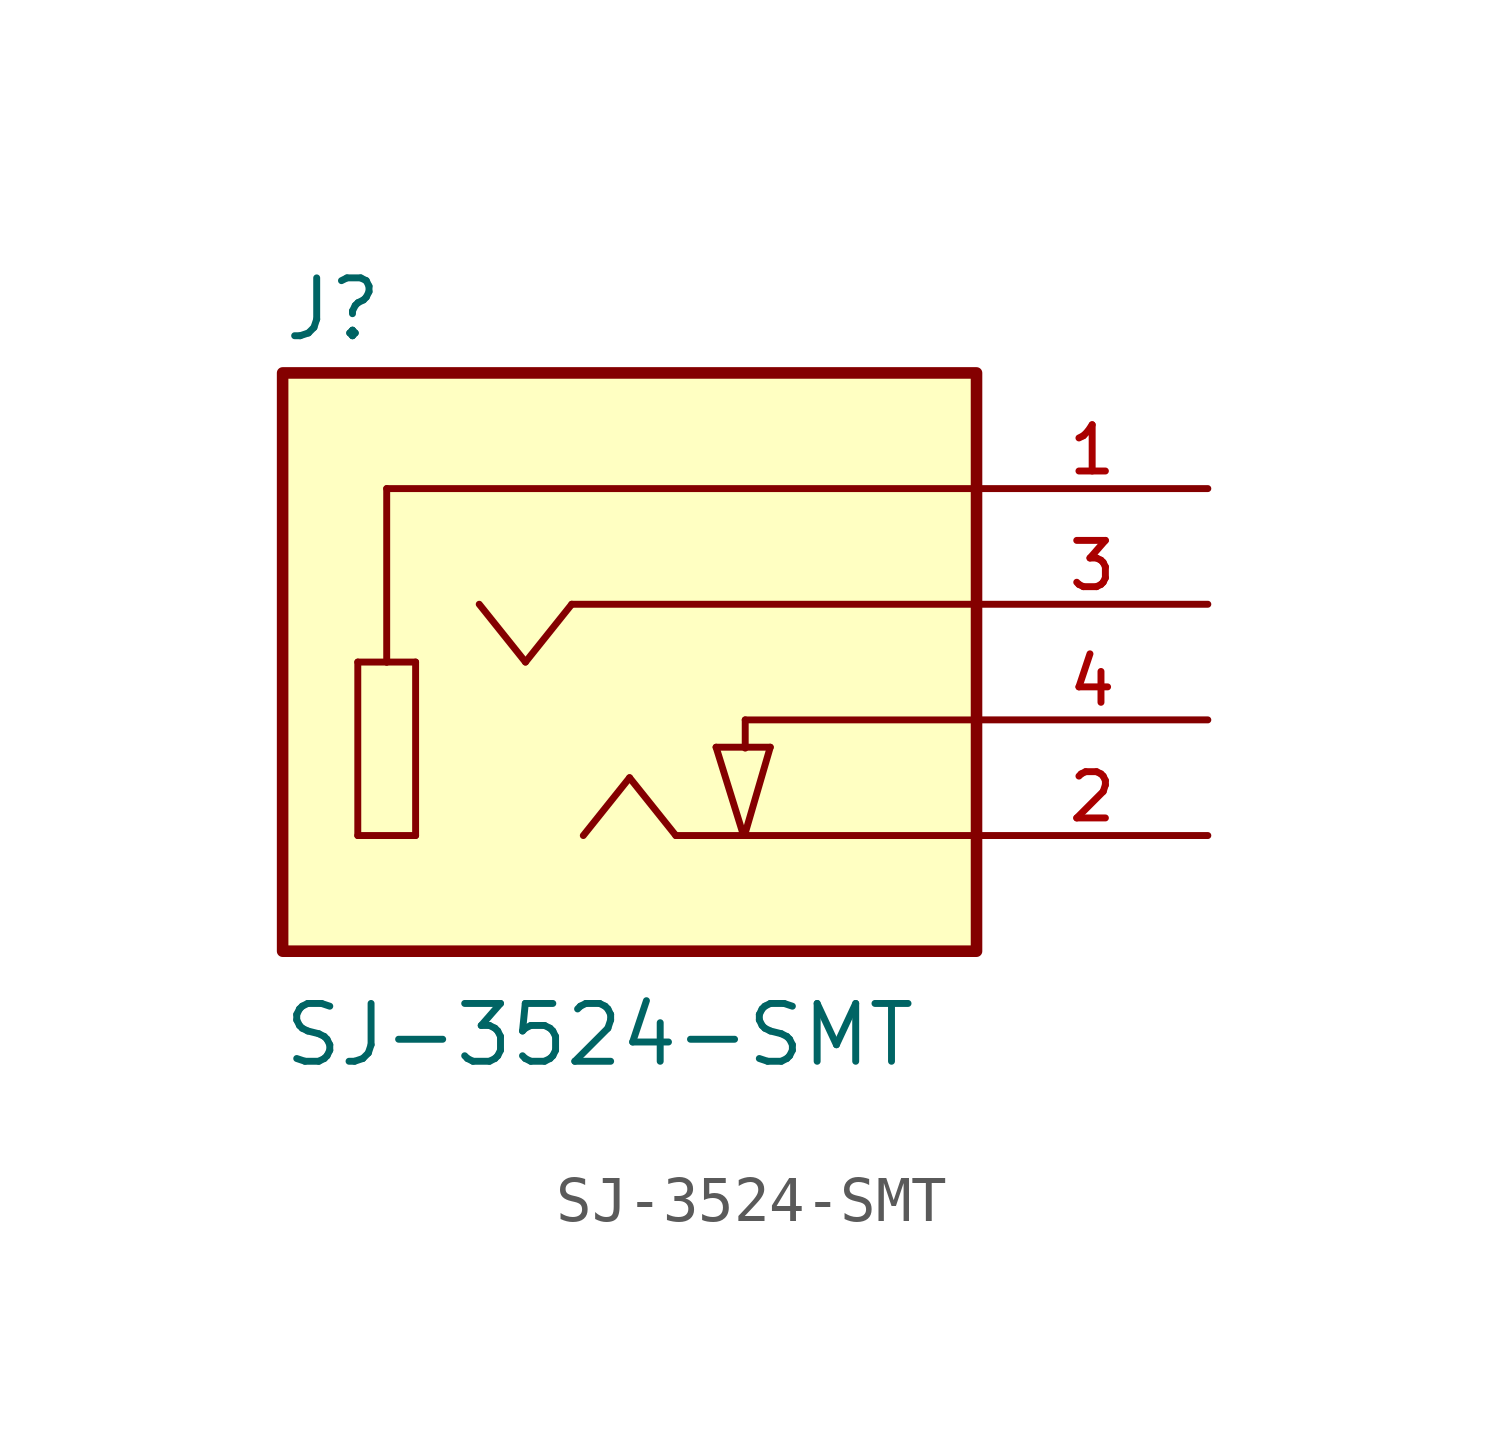
<source format=kicad_sym>
(kicad_symbol_lib
  (version 20211014)
  (generator kicad_symbol_editor)
  (symbol "SJ-3524-SMT"
    (pin_names
      (offset 1.016))
    (property "Reference" "J"
      (at -7.637 8.274 0)
      (effects (font (size 1.27 1.27)) (justify bottom left)))
    (property "Value" "SJ-3524-SMT"
      (at -7.652 -7.661 0)
      (effects (font (size 1.27 1.27)) (justify bottom left)))
    (symbol "SJ-3524-SMT_0_0"
      (polyline (pts (xy -5.969 1.27) (xy -5.969 -2.54)) (stroke (width 0.152)))
      (polyline (pts (xy -5.969 -2.54) (xy -4.699 -2.54)) (stroke (width 0.152)))
      (polyline (pts (xy -4.699 -2.54) (xy -4.699 1.27)) (stroke (width 0.152)))
      (polyline (pts (xy -4.699 1.27) (xy -5.334 1.27)) (stroke (width 0.152)))
      (polyline (pts (xy -5.334 1.27) (xy -5.969 1.27)) (stroke (width 0.152)))
      (polyline (pts (xy -5.334 1.27) (xy -5.334 5.08)) (stroke (width 0.152)))
      (polyline (pts (xy -5.334 5.08) (xy 7.62 5.08)) (stroke (width 0.152)))
      (polyline (pts (xy -1.27 2.54) (xy -2.286 1.27)) (stroke (width 0.152)))
      (polyline (pts (xy -2.286 1.27) (xy -3.302 2.54)) (stroke (width 0.152)))
      (polyline (pts (xy 7.62 2.54) (xy -1.27 2.54)) (stroke (width 0.152)))
      (polyline (pts (xy 7.62 -2.54) (xy 1.016 -2.54)) (stroke (width 0.152)))
      (polyline (pts (xy -1.016 -2.54) (xy 0.0 -1.27)) (stroke (width 0.152)))
      (polyline (pts (xy 0.0 -1.27) (xy 1.016 -2.54)) (stroke (width 0.152)))
      (polyline (pts (xy 2.54 0.0) (xy 2.54 -0.62)) (stroke (width 0.152)))
      (polyline (pts (xy 1.9 -0.6) (xy 3.09 -0.6)) (stroke (width 0.152)))
      (polyline (pts (xy 3.09 -0.6) (xy 2.53 -2.52)) (stroke (width 0.152)))
      (polyline (pts (xy 2.53 -2.52) (xy 2.53 -2.53)) (stroke (width 0.152)))
      (polyline (pts (xy 1.9 -0.6) (xy 2.5 -2.53)) (stroke (width 0.152)))
      (polyline (pts (xy 2.54 0.0) (xy 7.62 0.0)) (stroke (width 0.152)))
      (rectangle (start -7.62 -5.08) (end 7.62 7.62) (stroke (width 0.254)) (fill (type background)))
      (pin passive line (at 12.7 5.08 180.0) (length 5.08) (name "~" (effects (font (size 1.016 1.016)))) (number "1" (effects (font (size 1.016 1.016)))))
      (pin passive line (at 12.7 -2.54 180.0) (length 5.08) (name "~" (effects (font (size 1.016 1.016)))) (number "2" (effects (font (size 1.016 1.016)))))
      (pin passive line (at 12.7 2.54 180.0) (length 5.08) (name "~" (effects (font (size 1.016 1.016)))) (number "3" (effects (font (size 1.016 1.016)))))
      (pin passive line (at 12.7 0.0 180.0) (length 5.08) (name "~" (effects (font (size 1.016 1.016)))) (number "4" (effects (font (size 1.016 1.016))))))))
</source>
